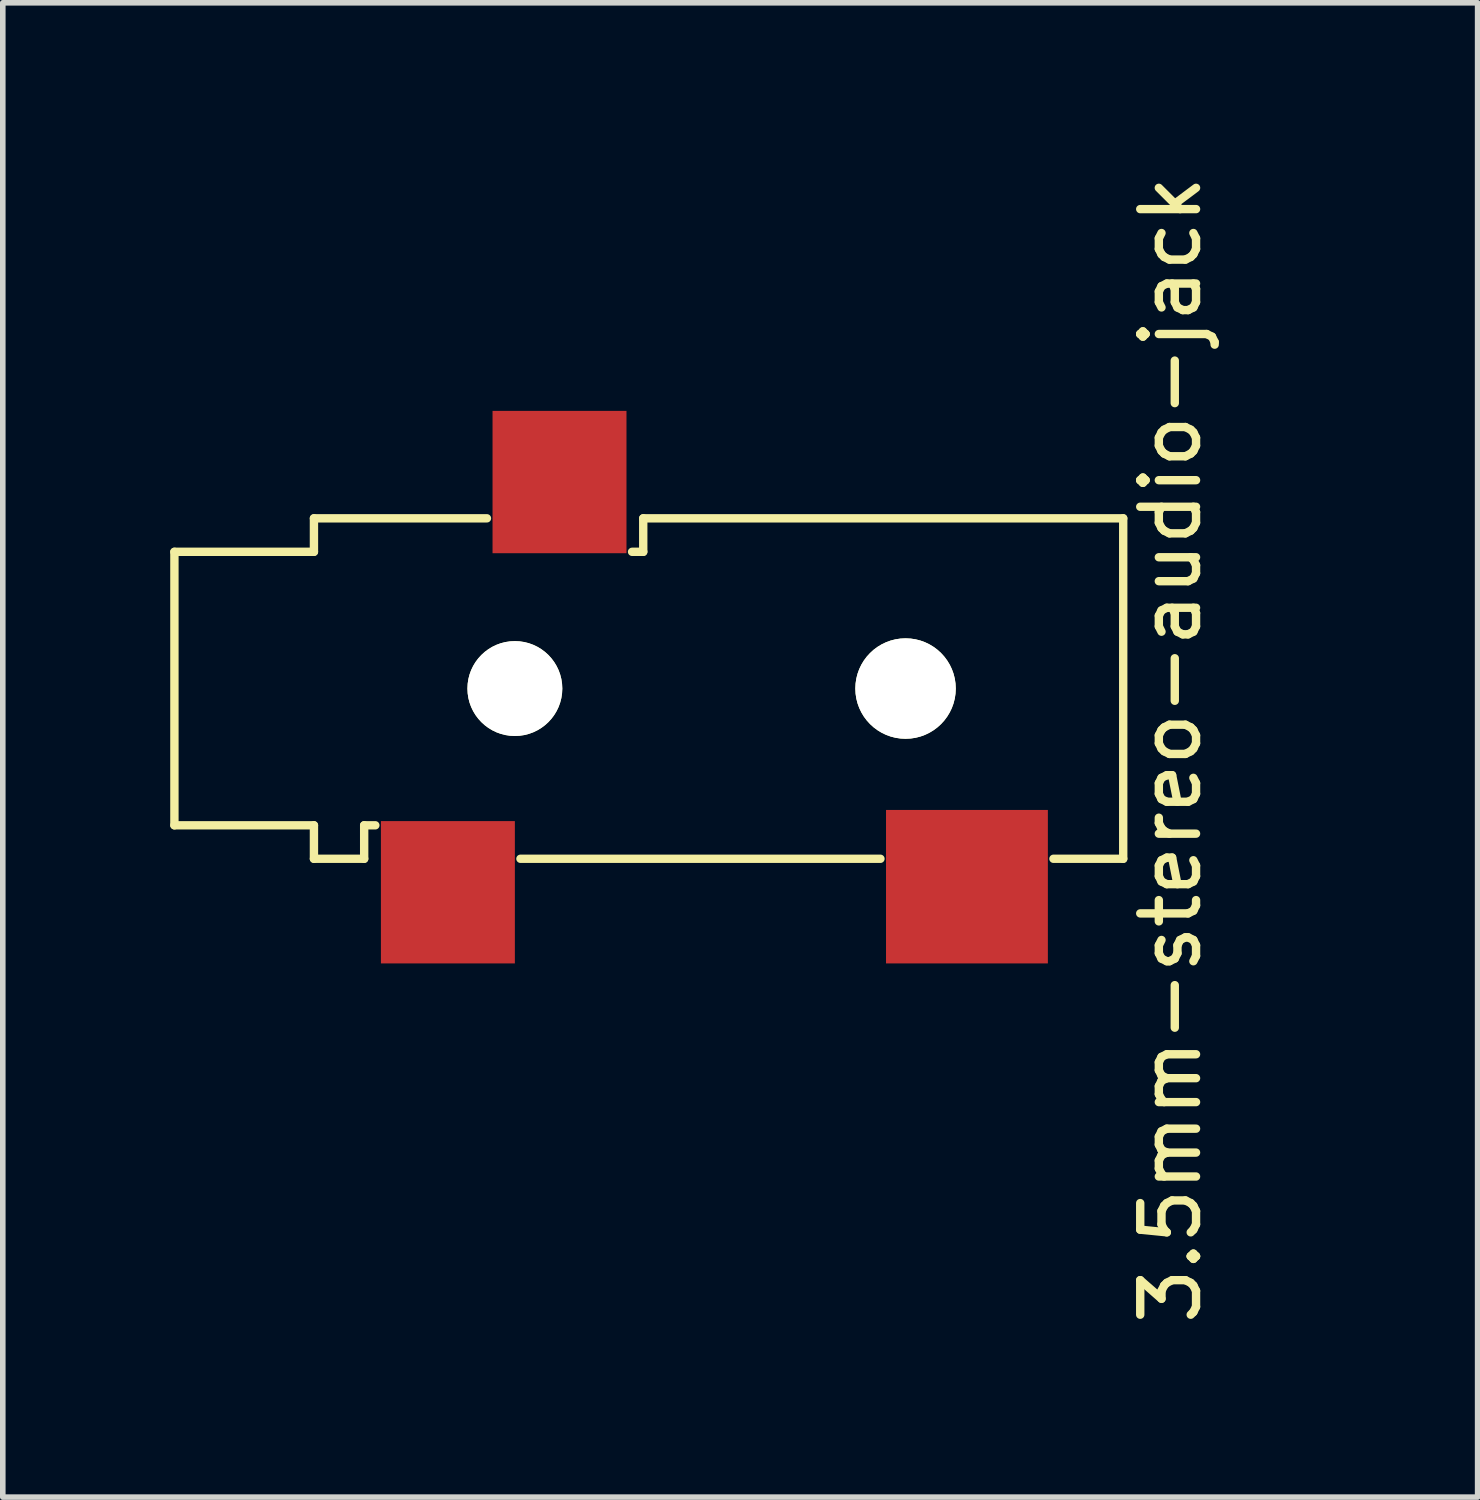
<source format=kicad_pcb>
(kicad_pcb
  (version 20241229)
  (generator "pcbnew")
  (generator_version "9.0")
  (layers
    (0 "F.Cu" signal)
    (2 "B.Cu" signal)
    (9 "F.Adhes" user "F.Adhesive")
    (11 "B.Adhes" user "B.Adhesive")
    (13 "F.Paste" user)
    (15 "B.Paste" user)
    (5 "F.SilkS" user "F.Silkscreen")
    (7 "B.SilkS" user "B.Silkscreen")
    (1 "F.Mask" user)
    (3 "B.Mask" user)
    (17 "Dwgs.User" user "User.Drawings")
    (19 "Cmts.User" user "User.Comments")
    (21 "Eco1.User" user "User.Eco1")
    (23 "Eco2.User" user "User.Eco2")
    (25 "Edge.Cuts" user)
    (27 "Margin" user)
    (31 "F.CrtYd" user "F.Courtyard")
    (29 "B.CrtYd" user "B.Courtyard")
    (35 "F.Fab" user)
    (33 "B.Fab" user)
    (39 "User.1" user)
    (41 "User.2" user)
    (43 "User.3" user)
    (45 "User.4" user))
  (footprint "3.5mm-stereo-audio-jack"
    (layer "F.Cu")
    (at 20.175 13.937)
    (property "Reference" "3.5mm-stereo-audio-jack" (at -2.25 -3.55 90) (layer "F.SilkS") (effects (font (size 1 1) (thickness 0.15))))
    (attr through_hole)
    (fp_line (start -20.1 -7.1) (end -20.1 -2.2) (stroke (width 0.15) (type solid)) (layer "F.SilkS"))
    (fp_line (start -17.6 -7.7) (end -17.6 -7.1) (stroke (width 0.15) (type solid)) (layer "F.SilkS"))
    (fp_line (start -17.6 -7.7) (end -14.5 -7.7) (stroke (width 0.15) (type solid)) (layer "F.SilkS"))
    (fp_line (start -17.6 -7.1) (end -20.1 -7.1) (stroke (width 0.15) (type solid)) (layer "F.SilkS"))
    (fp_line (start -17.6 -2.2) (end -20.1 -2.2) (stroke (width 0.15) (type solid)) (layer "F.SilkS"))
    (fp_line (start -17.6 -2.2) (end -17.6 -1.6) (stroke (width 0.15) (type solid)) (layer "F.SilkS"))
    (fp_line (start -16.7 -1.6) (end -17.6 -1.6) (stroke (width 0.15) (type solid)) (layer "F.SilkS"))
    (fp_line (start -16.7 -1.6) (end -16.7 -2.2) (stroke (width 0.15) (type solid)) (layer "F.SilkS"))
    (fp_line (start -16.5 -2.2) (end -16.7 -2.2) (stroke (width 0.15) (type solid)) (layer "F.SilkS"))
    (fp_line (start -13.9 -1.6) (end -7.45 -1.6) (stroke (width 0.15) (type solid)) (layer "F.SilkS"))
    (fp_line (start -11.9 -7.1) (end -11.7 -7.1) (stroke (width 0.15) (type solid)) (layer "F.SilkS"))
    (fp_line (start -11.7 -7.7) (end -3.1 -7.7) (stroke (width 0.15) (type solid)) (layer "F.SilkS"))
    (fp_line (start -11.7 -7.1) (end -11.7 -7.7) (stroke (width 0.15) (type solid)) (layer "F.SilkS"))
    (fp_line (start -4.35 -1.6) (end -3.1 -1.6) (stroke (width 0.15) (type solid)) (layer "F.SilkS"))
    (fp_line (start -3.1 -1.6) (end -3.1 -7.7) (stroke (width 0.15) (type solid)) (layer "F.SilkS"))
    (pad "" np_thru_hole circle (at -14 -4.65) (size 1.7 1.7) (drill 1.7) (layers "*.Cu" "*.Mask" "F.SilkS"))
    (pad "" np_thru_hole circle (at -7 -4.65) (size 1.8 1.8) (drill 1.8) (layers "*.Cu" "*.Mask" "F.SilkS"))
    (pad "1" smd rect (at -15.2 -1) (size 2.4 2.55) (layers "F.Cu" "F.Mask" "F.Paste"))
    (pad "2" smd rect (at -5.9 -1.1) (size 2.9 2.75) (layers "F.Cu" "F.Mask" "F.Paste"))
    (pad "3" smd rect (at -13.2 -8.35) (size 2.4 2.55) (layers "F.Cu" "F.Mask" "F.Paste")))
  (gr_rect
    (start -3 -3)
    (end 23.425 23.774)
    (stroke (width 0.1) (type default))
    (fill no)
    (layer "Edge.Cuts")))
</source>
